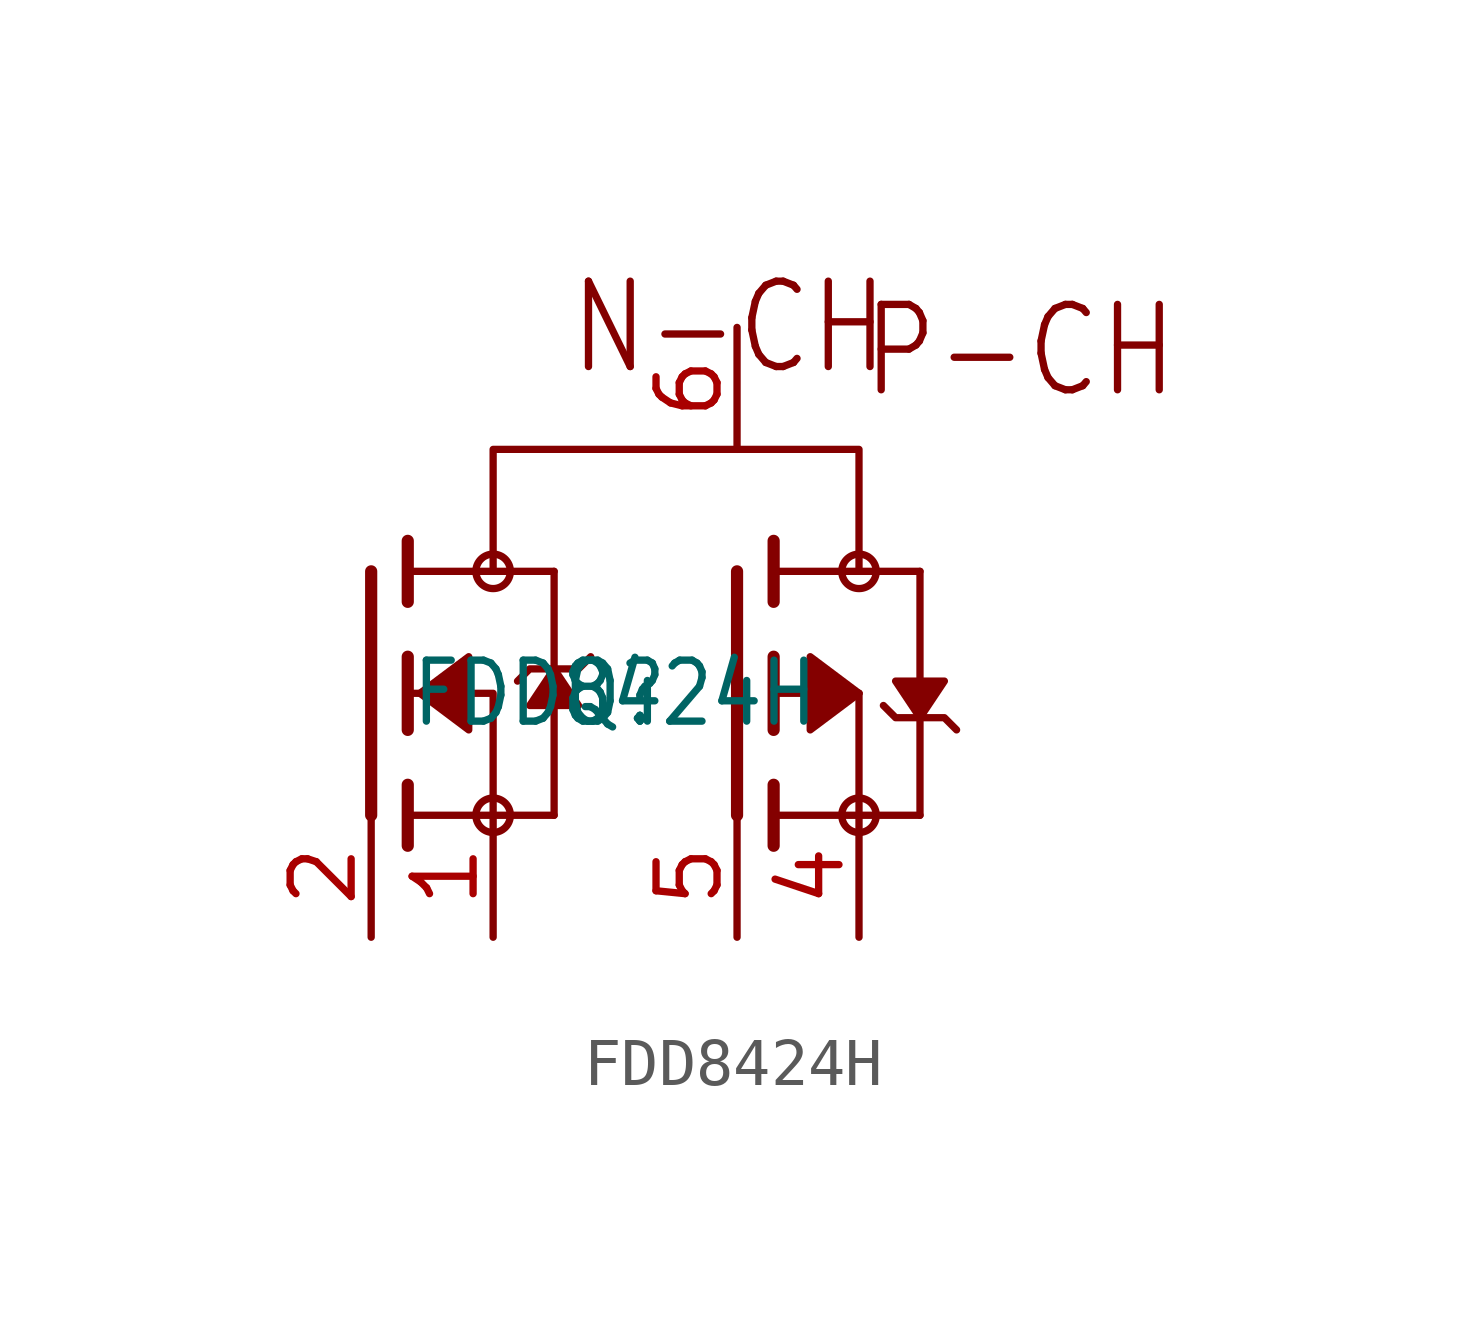
<source format=kicad_sym>
(kicad_symbol_lib
  (version 20211014)
  (generator kicad_symbol_editor)
  (symbol "FDD8424H"
    (pin_names
      (offset 1.016) hide)
    (property "Reference" "Q"
      (at 0 0 0)
      (effects (font (size 1.27 1.086))))
    (property "Value" "FDD8424H"
      (at 0 0 0)
      (effects (font (size 1.27 1.086))))
    (symbol "FDD8424H_0_0"
      (text "N-CH" (at -1.016 7.62 0) (effects (font (size 1.778 1.52)) (justify left)))
      (text "P-CH" (at 5.08 6.096 0) (effects (font (size 1.778 1.52)) (justify left bottom))))
    (symbol "FDD8424H_0_1"
      (polyline (pts (xy -1.27 0.508) (xy -1.778 -0.254) (xy -0.762 -0.254) (xy -1.27 0.508)) (stroke (width 0.152) (type default) (color 0 0 0 0)) (fill (type outline)))
      (polyline (pts (xy -4.064 0) (xy -3.048 0.762) (xy -3.048 -0.762) (xy -4.064 0)) (stroke (width 0.152) (type default) (color 0 0 0 0)) (fill (type outline)))
      (polyline (pts (xy 6.35 -0.508) (xy 5.842 0.254) (xy 6.858 0.254) (xy 6.35 -0.508)) (stroke (width 0.152) (type default) (color 0 0 0 0)) (fill (type outline)))
      (polyline (pts (xy 5.08 0) (xy 4.064 0.762) (xy 4.064 -0.762) (xy 5.08 0)) (stroke (width 0.152) (type default) (color 0 0 0 0)) (fill (type outline)))
      (polyline (pts (xy -4.318 0.762) (xy -4.318 0.0) (xy -4.318 -0.762)) (stroke (width 0.254) (type default) (color 0 0 0 0)))
      (polyline (pts (xy -4.318 3.175) (xy -4.318 2.54) (xy -4.318 1.905)) (stroke (width 0.254) (type default) (color 0 0 0 0)))
      (polyline (pts (xy -4.318 0.0) (xy -2.54 0.0) (xy -2.54 -2.54)) (stroke (width 0.152) (type default) (color 0 0 0 0)))
      (polyline (pts (xy -4.318 -1.905) (xy -4.318 -2.54) (xy -4.318 -3.175)) (stroke (width 0.254) (type default) (color 0 0 0 0)))
      (polyline (pts (xy -5.08 2.54) (xy -5.08 -2.54)) (stroke (width 0.254) (type default) (color 0 0 0 0)))
      (polyline (pts (xy -2.54 -2.54) (xy -4.318 -2.54)) (stroke (width 0.152) (type default) (color 0 0 0 0)))
      (polyline (pts (xy -1.27 2.54) (xy -1.27 0.508) (xy -1.27 -2.54)) (stroke (width 0.152) (type default) (color 0 0 0 0)))
      (polyline (pts (xy -2.54 -2.54) (xy -1.27 -2.54)) (stroke (width 0.152) (type default) (color 0 0 0 0)))
      (polyline (pts (xy -4.318 2.54) (xy -2.54 2.54) (xy -1.27 2.54)) (stroke (width 0.152) (type default) (color 0 0 0 0)))
      (polyline (pts (xy -0.508 0.762) (xy -0.762 0.508) (xy -1.27 0.508) (xy -1.778 0.508) (xy -2.032 0.254)) (stroke (width 0.152) (type default) (color 0 0 0 0)))
      (polyline (pts (xy 3.302 -0.762) (xy 3.302 0.0) (xy 3.302 0.762)) (stroke (width 0.254) (type default) (color 0 0 0 0)))
      (polyline (pts (xy 3.302 -3.175) (xy 3.302 -2.54) (xy 3.302 -1.905)) (stroke (width 0.254) (type default) (color 0 0 0 0)))
      (polyline (pts (xy 3.302 0.0) (xy 5.08 0.0)) (stroke (width 0.152) (type default) (color 0 0 0 0)))
      (polyline (pts (xy 3.302 1.905) (xy 3.302 2.54) (xy 3.302 3.175)) (stroke (width 0.254) (type default) (color 0 0 0 0)))
      (polyline (pts (xy 2.54 -2.54) (xy 2.54 2.54)) (stroke (width 0.254) (type default) (color 0 0 0 0)))
      (polyline (pts (xy 5.08 2.54) (xy 3.302 2.54)) (stroke (width 0.152) (type default) (color 0 0 0 0)))
      (polyline (pts (xy 6.35 2.54) (xy 6.35 -0.508) (xy 6.35 -2.54)) (stroke (width 0.152) (type default) (color 0 0 0 0)))
      (polyline (pts (xy 3.302 -2.54) (xy 5.08 -2.54)) (stroke (width 0.152) (type default) (color 0 0 0 0)))
      (polyline (pts (xy 7.112 -0.762) (xy 6.858 -0.508) (xy 6.35 -0.508) (xy 5.842 -0.508) (xy 5.588 -0.254)) (stroke (width 0.152) (type default) (color 0 0 0 0)))
      (polyline (pts (xy -2.54 2.54) (xy -2.54 5.08) (xy 5.08 5.08) (xy 5.08 2.54)) (stroke (width 0.152) (type default) (color 0 0 0 0)))
      (polyline (pts (xy 5.08 0.0) (xy 5.08 -2.54)) (stroke (width 0.152) (type default) (color 0 0 0 0)))
      (polyline (pts (xy 6.35 2.54) (xy 5.08 2.54)) (stroke (width 0.152) (type default) (color 0 0 0 0)))
      (polyline (pts (xy 6.35 -2.54) (xy 5.08 -2.54)) (stroke (width 0.152) (type default) (color 0 0 0 0)))
      (circle (center -2.54 -2.54) (radius 0.359) (stroke (width 0) (type default) (color 0 0 0 0)))
      (circle (center -2.54 2.54) (radius 0.359) (stroke (width 0) (type default) (color 0 0 0 0)))
      (circle (center 5.08 2.54) (radius 0.359) (stroke (width 0) (type default) (color 0 0 0 0)))
      (circle (center 5.08 -2.54) (radius 0.359) (stroke (width 0) (type default) (color 0 0 0 0))))
    (symbol "FDD8424H_1_1"
      (pin passive line (at 2.54 7.62 270) (length 2.54) (name "D1/D2" (effects (font (size 1.27 1.086)))) (number "6" (effects (font (size 1.27 1.086)))))
      (pin passive line (at -5.08 -5.08 90) (length 2.54) (name "G1" (effects (font (size 1.27 1.086)))) (number "2" (effects (font (size 1.27 1.086)))))
      (pin passive line (at 2.54 -5.08 90) (length 2.54) (name "G2" (effects (font (size 1.27 1.086)))) (number "5" (effects (font (size 1.27 1.086)))))
      (pin passive line (at -2.54 -5.08 90) (length 2.54) (name "S1" (effects (font (size 1.27 1.086)))) (number "1" (effects (font (size 1.27 1.086)))))
      (pin passive line (at 5.08 -5.08 90) (length 2.54) (name "S2" (effects (font (size 1.27 1.086)))) (number "4" (effects (font (size 1.27 1.086))))))))
</source>
